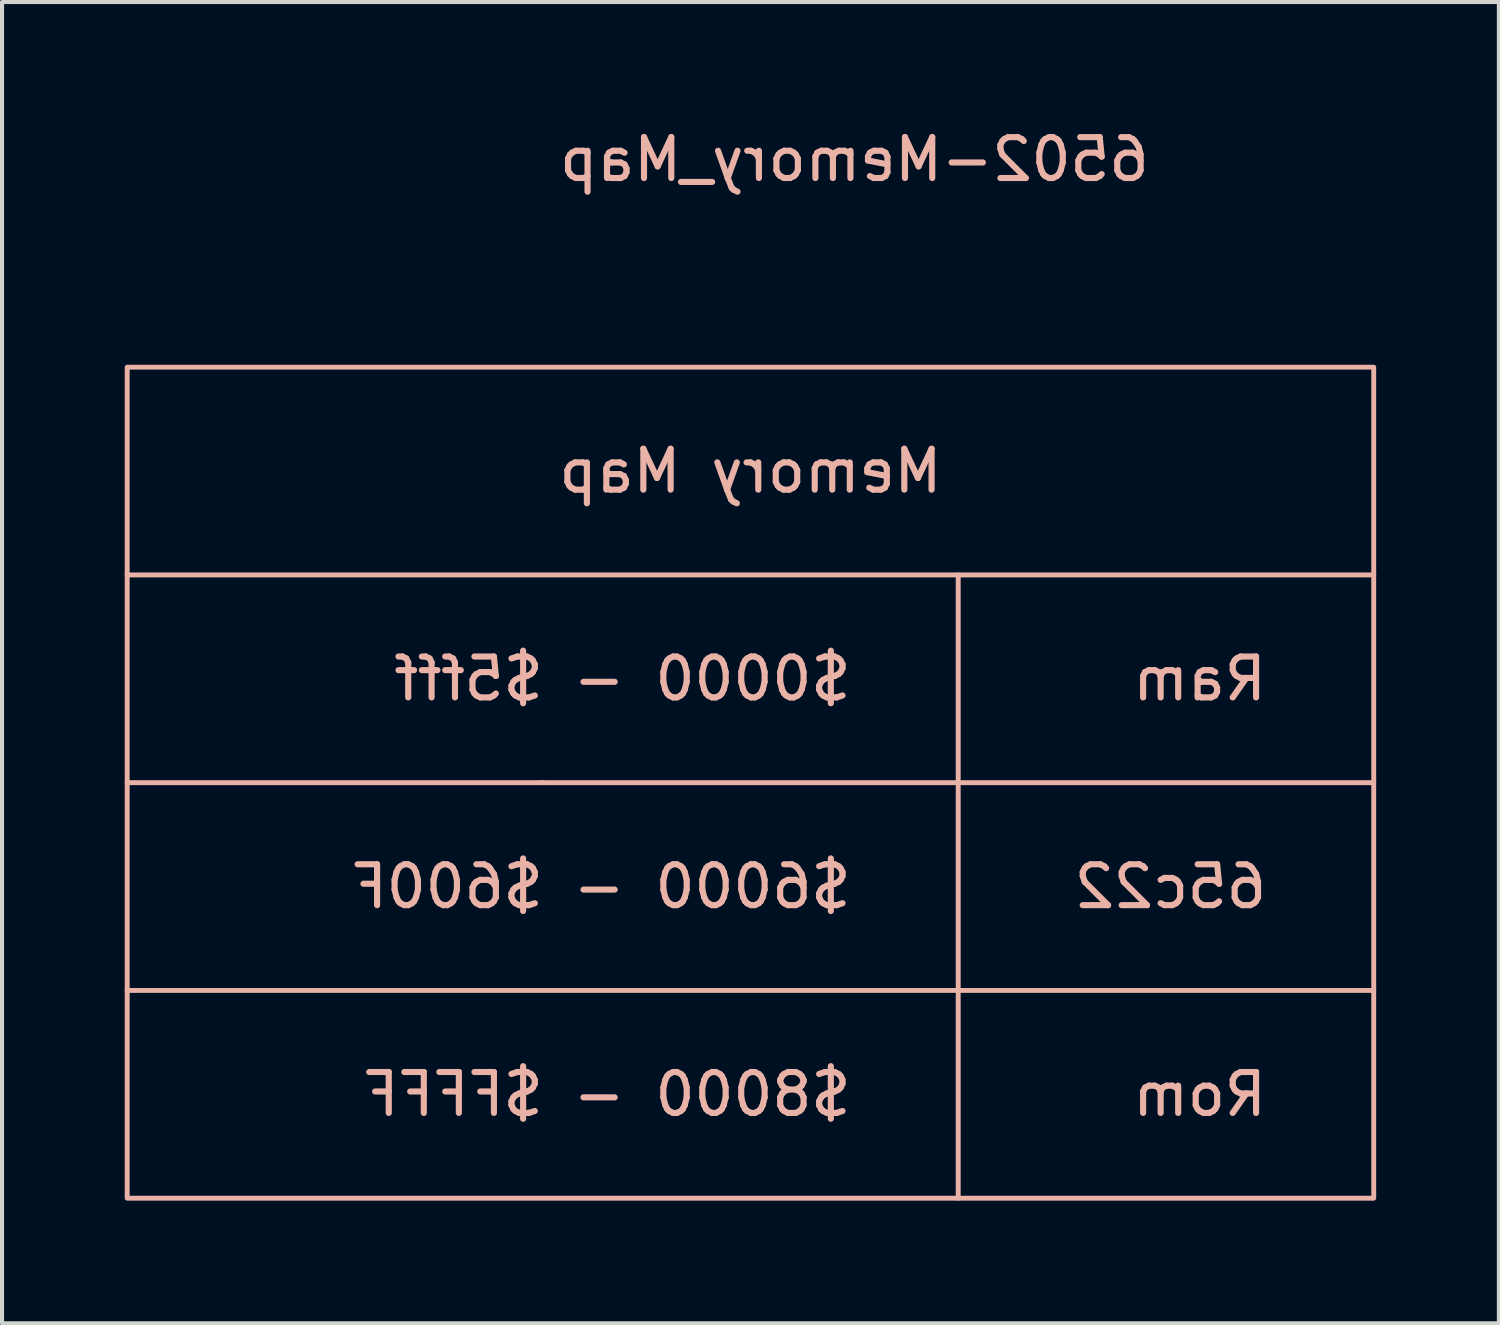
<source format=kicad_pcb>
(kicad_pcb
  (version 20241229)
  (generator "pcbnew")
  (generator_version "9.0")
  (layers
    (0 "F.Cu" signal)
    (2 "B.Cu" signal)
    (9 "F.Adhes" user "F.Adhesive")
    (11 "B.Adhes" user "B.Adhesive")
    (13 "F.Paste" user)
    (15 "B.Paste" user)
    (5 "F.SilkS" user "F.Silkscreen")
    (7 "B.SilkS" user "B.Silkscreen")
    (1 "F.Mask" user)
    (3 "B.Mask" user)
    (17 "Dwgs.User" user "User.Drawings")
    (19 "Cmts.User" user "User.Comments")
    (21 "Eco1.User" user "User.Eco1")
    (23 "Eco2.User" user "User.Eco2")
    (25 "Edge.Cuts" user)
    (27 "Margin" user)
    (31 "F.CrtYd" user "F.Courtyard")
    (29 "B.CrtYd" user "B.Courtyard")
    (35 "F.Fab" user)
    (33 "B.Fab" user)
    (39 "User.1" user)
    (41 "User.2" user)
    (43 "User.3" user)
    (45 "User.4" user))
  (footprint "6502-Memory_Map"
    (layer "F.Cu")
    (at 17.84 16.088)
    (property "Reference" "6502-Memory_Map" (at 0 -15.24 0) (unlocked yes) (layer "B.SilkS") (effects (font (size 1 1) (thickness 0.15)) (justify mirror)))
    (fp_line (start -17.78 -5.08) (end 12.7 -5.08) (stroke (width 0.12) (type solid)) (layer "B.SilkS"))
    (fp_line (start -17.78 0) (end -7.62 0) (stroke (width 0.12) (type solid)) (layer "B.SilkS"))
    (fp_line (start -17.78 5.08) (end 12.7 5.08) (stroke (width 0.12) (type solid)) (layer "B.SilkS"))
    (fp_line (start -7.62 0) (end 12.7 0) (stroke (width 0.12) (type solid)) (layer "B.SilkS"))
    (fp_line (start 2.54 -5.08) (end 2.54 10.16) (stroke (width 0.12) (type solid)) (layer "B.SilkS"))
    (fp_rect (start -17.78 -10.16) (end 12.7 10.16) (stroke (width 0.12) (type solid)) (fill no) (layer "B.SilkS"))
    (fp_text user "$8000 - $FFFF" (at 0 7.62 0) (unlocked yes) (layer "B.SilkS") (effects (font (size 1 1) (thickness 0.15)) (justify left mirror)))
    (fp_text user "Memory Map" (at -2.54 -7.62 0) (unlocked yes) (layer "B.SilkS") (effects (font (size 1 1) (thickness 0.15)) (justify mirror)))
    (fp_text user "Ram" (at 10.16 -2.54 0) (unlocked yes) (layer "B.SilkS") (effects (font (size 1 1) (thickness 0.15)) (justify left mirror)))
    (fp_text user "Rom" (at 10.16 7.62 0) (unlocked yes) (layer "B.SilkS") (effects (font (size 1 1) (thickness 0.15)) (justify left mirror)))
    (fp_text user "$0000 - $5fff" (at 0 -2.54 0) (unlocked yes) (layer "B.SilkS") (effects (font (size 1 1) (thickness 0.15)) (justify left mirror)))
    (fp_text user "65c22" (at 10.16 2.54 0) (unlocked yes) (layer "B.SilkS") (effects (font (size 1 1) (thickness 0.15)) (justify left mirror)))
    (fp_text user "$6000 - $600F" (at 0 2.54 0) (unlocked yes) (layer "B.SilkS") (effects (font (size 1 1) (thickness 0.15)) (justify left mirror))))
  (gr_rect
    (start -3 -3)
    (end 33.6 29.308)
    (stroke (width 0.1) (type default))
    (fill no)
    (layer "Edge.Cuts")))
</source>
